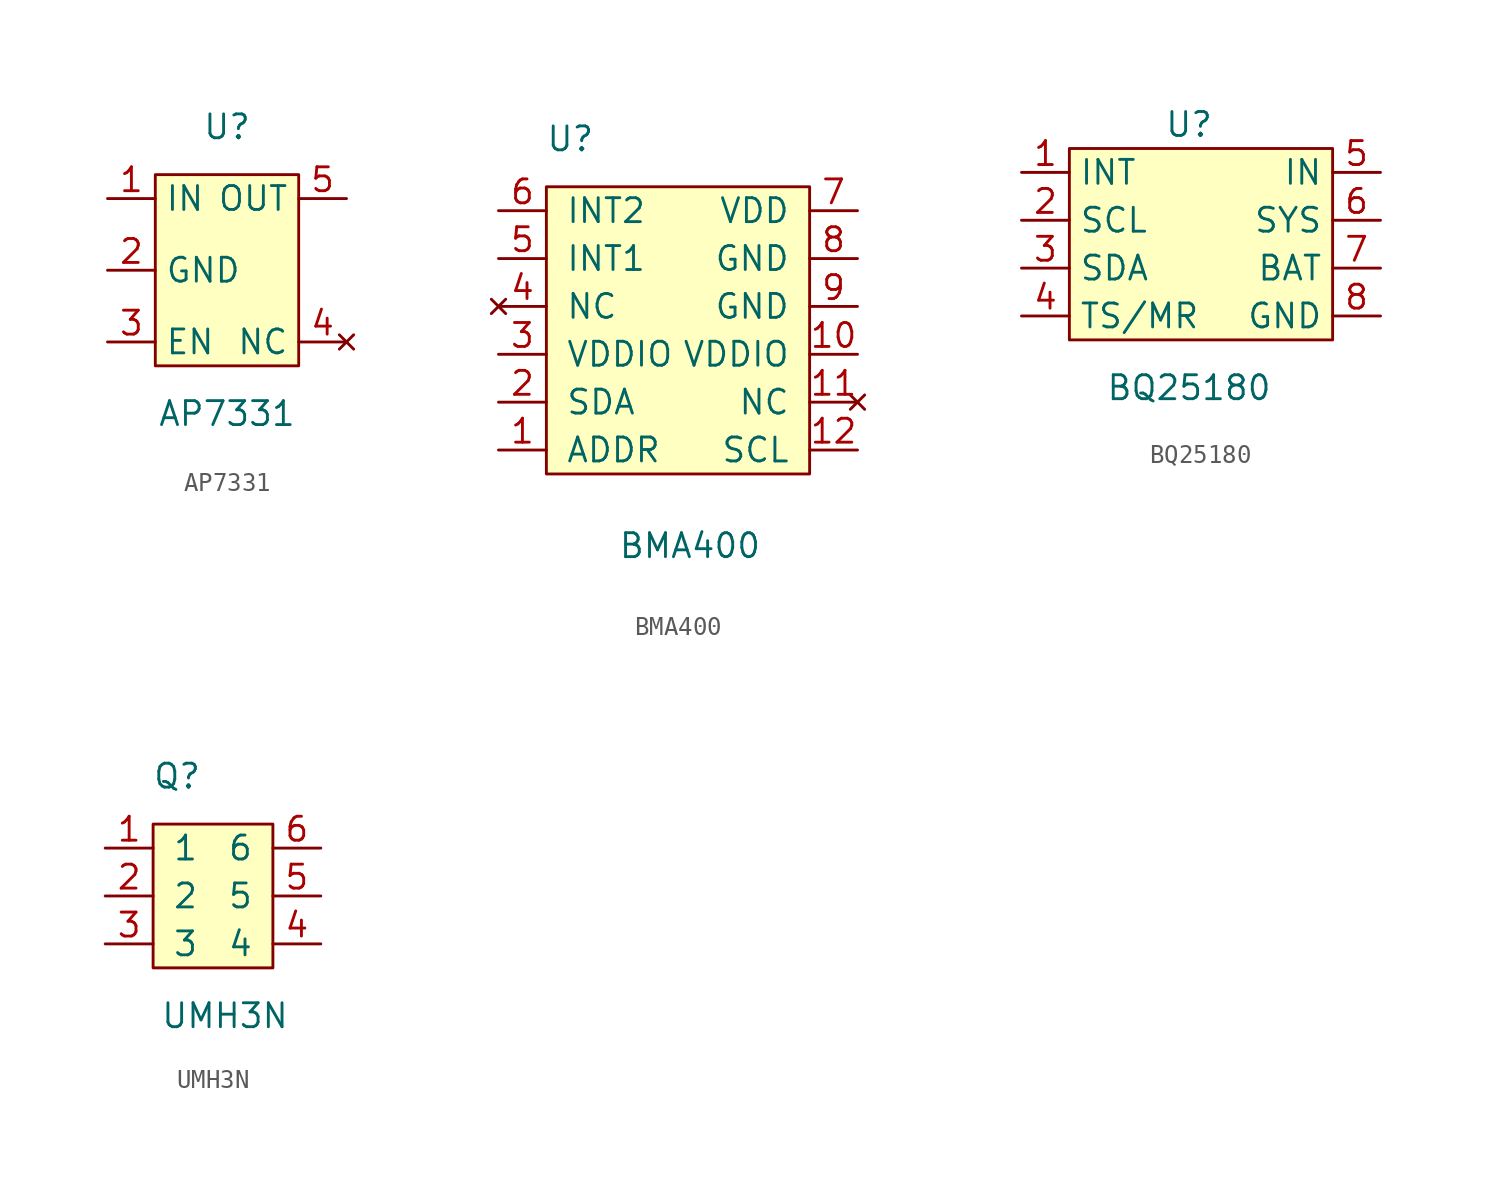
<source format=kicad_sym>
(kicad_symbol_lib
  (version 20211014)
  (generator kicad_symbol_editor)
  (symbol "AP7331"
    (property "Reference" "U"
      (at 0 8.89 0)
      (effects (font (size 1.27 1.27))))
    (property "Value" "AP7331"
      (at 0 -6.35 0)
      (effects (font (size 1.27 1.27))))
    (symbol "AP7331_0_1"
      (rectangle (start 3.81 6.35) (end -3.81 -3.81) (stroke (width 0.152) (type default) (color 0 0 0 0)) (fill (type background))))
    (symbol "AP7331_1_1"
      (pin power_in line (at -6.35 5.08 0) (length 2.54) (name "IN" (effects (font (size 1.27 1.27)))) (number "1" (effects (font (size 1.27 1.27)))))
      (pin power_in line (at -6.35 1.27 0) (length 2.54) (name "GND" (effects (font (size 1.27 1.27)))) (number "2" (effects (font (size 1.27 1.27)))))
      (pin input line (at -6.35 -2.54 0) (length 2.54) (name "EN" (effects (font (size 1.27 1.27)))) (number "3" (effects (font (size 1.27 1.27)))))
      (pin no_connect line (at 6.35 -2.54 180) (length 2.54) (name "NC" (effects (font (size 1.27 1.27)))) (number "4" (effects (font (size 1.27 1.27)))))
      (pin input line (at 6.35 5.08 180) (length 2.54) (name "OUT" (effects (font (size 1.27 1.27)))) (number "5" (effects (font (size 1.27 1.27)))))))
  (symbol "BMA400"
    (pin_names
      (offset 1.016))
    (property "Reference" "U"
      (at -6.35 19.05 0)
      (effects (font (size 1.27 1.27))))
    (property "Value" "BMA400"
      (at 0 -2.54 0)
      (effects (font (size 1.27 1.27))))
    (symbol "BMA400_0_1"
      (rectangle (start -7.62 16.51) (end 6.35 1.27) (stroke (width 0) (type default) (color 0 0 0 0)) (fill (type background))))
    (symbol "BMA400_1_1"
      (pin input line (at -10.16 2.54 0) (length 2.54) (name "ADDR" (effects (font (size 1.27 1.27)))) (number "1" (effects (font (size 1.27 1.27)))))
      (pin input line (at 8.89 7.62 180) (length 2.54) (name "VDDIO" (effects (font (size 1.27 1.27)))) (number "10" (effects (font (size 1.27 1.27)))))
      (pin no_connect line (at 8.89 5.08 180) (length 2.54) (name "NC" (effects (font (size 1.27 1.27)))) (number "11" (effects (font (size 1.27 1.27)))))
      (pin input line (at 8.89 2.54 180) (length 2.54) (name "SCL" (effects (font (size 1.27 1.27)))) (number "12" (effects (font (size 1.27 1.27)))))
      (pin input line (at -10.16 5.08 0) (length 2.54) (name "SDA" (effects (font (size 1.27 1.27)))) (number "2" (effects (font (size 1.27 1.27)))))
      (pin input line (at -10.16 7.62 0) (length 2.54) (name "VDDIO" (effects (font (size 1.27 1.27)))) (number "3" (effects (font (size 1.27 1.27)))))
      (pin no_connect line (at -10.16 10.16 0) (length 2.54) (name "NC" (effects (font (size 1.27 1.27)))) (number "4" (effects (font (size 1.27 1.27)))))
      (pin input line (at -10.16 12.7 0) (length 2.54) (name "INT1" (effects (font (size 1.27 1.27)))) (number "5" (effects (font (size 1.27 1.27)))))
      (pin input line (at -10.16 15.24 0) (length 2.54) (name "INT2" (effects (font (size 1.27 1.27)))) (number "6" (effects (font (size 1.27 1.27)))))
      (pin input line (at 8.89 15.24 180) (length 2.54) (name "VDD" (effects (font (size 1.27 1.27)))) (number "7" (effects (font (size 1.27 1.27)))))
      (pin input line (at 8.89 12.7 180) (length 2.54) (name "GND" (effects (font (size 1.27 1.27)))) (number "8" (effects (font (size 1.27 1.27)))))
      (pin input line (at 8.89 10.16 180) (length 2.54) (name "GND" (effects (font (size 1.27 1.27)))) (number "9" (effects (font (size 1.27 1.27)))))))
  (symbol "BQ25180"
    (property "Reference" "U"
      (at 0 7.62 0)
      (effects (font (size 1.27 1.27))))
    (property "Value" "BQ25180"
      (at 0 -6.35 0)
      (effects (font (size 1.27 1.27))))
    (symbol "BQ25180_0_1"
      (rectangle (start -6.35 6.35) (end 7.62 -3.81) (stroke (width 0.152) (type default) (color 0 0 0 0)) (fill (type background))))
    (symbol "BQ25180_1_1"
      (pin input line (at -8.89 5.08 0) (length 2.54) (name "INT" (effects (font (size 1.27 1.27)))) (number "1" (effects (font (size 1.27 1.27)))))
      (pin input line (at -8.89 2.54 0) (length 2.54) (name "SCL" (effects (font (size 1.27 1.27)))) (number "2" (effects (font (size 1.27 1.27)))))
      (pin input line (at -8.89 0 0) (length 2.54) (name "SDA" (effects (font (size 1.27 1.27)))) (number "3" (effects (font (size 1.27 1.27)))))
      (pin input line (at -8.89 -2.54 0) (length 2.54) (name "TS/MR" (effects (font (size 1.27 1.27)))) (number "4" (effects (font (size 1.27 1.27)))))
      (pin input line (at 10.16 5.08 180) (length 2.54) (name "IN" (effects (font (size 1.27 1.27)))) (number "5" (effects (font (size 1.27 1.27)))))
      (pin input line (at 10.16 2.54 180) (length 2.54) (name "SYS" (effects (font (size 1.27 1.27)))) (number "6" (effects (font (size 1.27 1.27)))))
      (pin input line (at 10.16 0 180) (length 2.54) (name "BAT" (effects (font (size 1.27 1.27)))) (number "7" (effects (font (size 1.27 1.27)))))
      (pin input line (at 10.16 -2.54 180) (length 2.54) (name "GND" (effects (font (size 1.27 1.27)))) (number "8" (effects (font (size 1.27 1.27)))))))
  (symbol "UMH3N"
    (pin_names
      (offset 1.016))
    (property "Reference" "Q"
      (at -1.27 6.35 0)
      (effects (font (size 1.27 1.27))))
    (property "Value" "UMH3N"
      (at 1.27 -6.35 0)
      (effects (font (size 1.27 1.27))))
    (symbol "UMH3N_0_1"
      (rectangle (start 3.81 3.81) (end -2.54 -3.81) (stroke (width 0) (type default) (color 0 0 0 0)) (fill (type background))))
    (symbol "UMH3N_1_1"
      (pin output line (at -5.08 2.54 0) (length 2.54) (name "1" (effects (font (size 1.27 1.27)))) (number "1" (effects (font (size 1.27 1.27)))))
      (pin output line (at -5.08 0 0) (length 2.54) (name "2" (effects (font (size 1.27 1.27)))) (number "2" (effects (font (size 1.27 1.27)))))
      (pin output line (at -5.08 -2.54 0) (length 2.54) (name "3" (effects (font (size 1.27 1.27)))) (number "3" (effects (font (size 1.27 1.27)))))
      (pin output line (at 6.35 -2.54 180) (length 2.54) (name "4" (effects (font (size 1.27 1.27)))) (number "4" (effects (font (size 1.27 1.27)))))
      (pin output line (at 6.35 0 180) (length 2.54) (name "5" (effects (font (size 1.27 1.27)))) (number "5" (effects (font (size 1.27 1.27)))))
      (pin output line (at 6.35 2.54 180) (length 2.54) (name "6" (effects (font (size 1.27 1.27)))) (number "6" (effects (font (size 1.27 1.27))))))))
</source>
